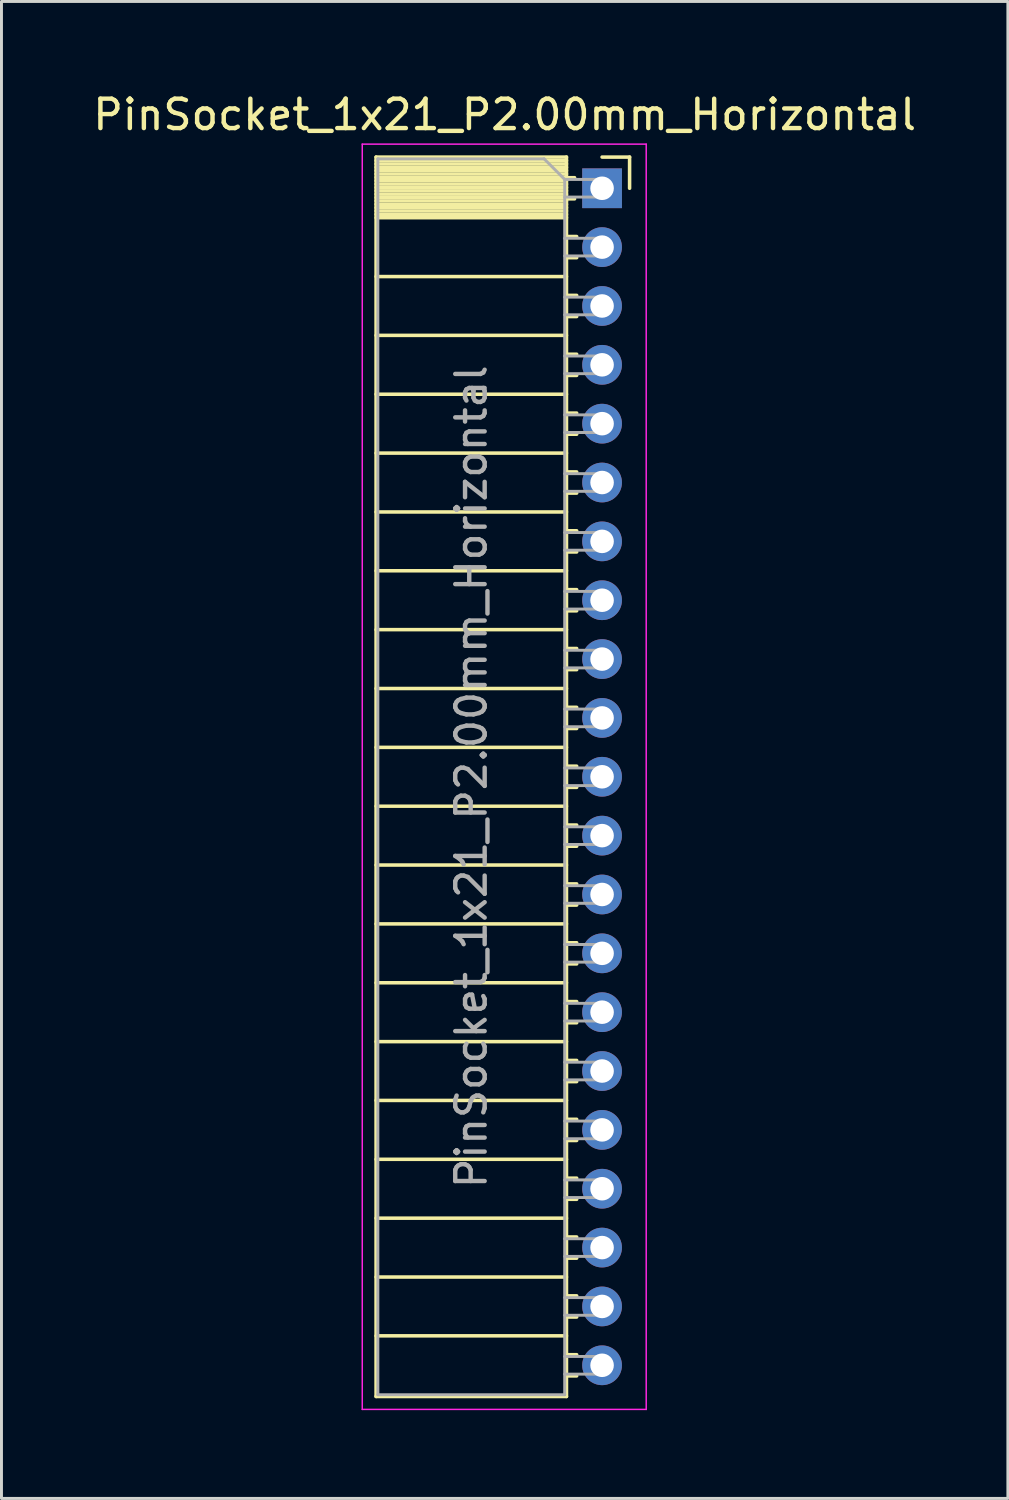
<source format=kicad_pcb>
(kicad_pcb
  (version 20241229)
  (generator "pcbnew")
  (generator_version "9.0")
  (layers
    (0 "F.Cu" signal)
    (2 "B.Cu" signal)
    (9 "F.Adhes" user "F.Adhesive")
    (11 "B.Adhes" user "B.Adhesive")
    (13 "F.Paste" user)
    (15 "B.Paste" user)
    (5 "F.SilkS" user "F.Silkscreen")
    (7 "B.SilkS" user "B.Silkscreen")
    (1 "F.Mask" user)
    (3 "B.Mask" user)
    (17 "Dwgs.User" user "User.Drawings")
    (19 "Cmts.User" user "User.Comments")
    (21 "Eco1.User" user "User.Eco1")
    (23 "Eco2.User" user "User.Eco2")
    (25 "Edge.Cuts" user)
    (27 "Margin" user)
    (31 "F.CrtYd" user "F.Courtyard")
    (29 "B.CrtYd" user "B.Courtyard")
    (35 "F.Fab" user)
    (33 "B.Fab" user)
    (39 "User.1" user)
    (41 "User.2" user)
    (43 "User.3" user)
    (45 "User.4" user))
  (footprint "PinSocket_1x21_P2.00mm_Horizontal"
    (layer "F.Cu")
    (at 17.411 3.348)
    (property "Reference" "PinSocket_1x21_P2.00mm_Horizontal" (at -3.31 -2.5 0) (layer "F.SilkS") (effects (font (size 1 1) (thickness 0.15))))
    (attr through_hole)
    (fp_line (start -7.68 -1.06) (end -7.68 41.06) (stroke (width 0.12) (type solid)) (layer "F.SilkS"))
    (fp_line (start -7.68 -1.06) (end -1.21 -1.06) (stroke (width 0.12) (type solid)) (layer "F.SilkS"))
    (fp_line (start -7.68 -0.94) (end -1.21 -0.94) (stroke (width 0.12) (type solid)) (layer "F.SilkS"))
    (fp_line (start -7.68 -0.826) (end -1.21 -0.826) (stroke (width 0.12) (type solid)) (layer "F.SilkS"))
    (fp_line (start -7.68 -0.712) (end -1.21 -0.712) (stroke (width 0.12) (type solid)) (layer "F.SilkS"))
    (fp_line (start -7.68 -0.598) (end -1.21 -0.598) (stroke (width 0.12) (type solid)) (layer "F.SilkS"))
    (fp_line (start -7.68 -0.484) (end -1.21 -0.484) (stroke (width 0.12) (type solid)) (layer "F.SilkS"))
    (fp_line (start -7.68 -0.369) (end -1.21 -0.369) (stroke (width 0.12) (type solid)) (layer "F.SilkS"))
    (fp_line (start -7.68 -0.255) (end -1.21 -0.255) (stroke (width 0.12) (type solid)) (layer "F.SilkS"))
    (fp_line (start -7.68 -0.141) (end -1.21 -0.141) (stroke (width 0.12) (type solid)) (layer "F.SilkS"))
    (fp_line (start -7.68 -0.027) (end -1.21 -0.027) (stroke (width 0.12) (type solid)) (layer "F.SilkS"))
    (fp_line (start -7.68 0.087) (end -1.21 0.087) (stroke (width 0.12) (type solid)) (layer "F.SilkS"))
    (fp_line (start -7.68 0.201) (end -1.21 0.201) (stroke (width 0.12) (type solid)) (layer "F.SilkS"))
    (fp_line (start -7.68 0.315) (end -1.21 0.315) (stroke (width 0.12) (type solid)) (layer "F.SilkS"))
    (fp_line (start -7.68 0.429) (end -1.21 0.429) (stroke (width 0.12) (type solid)) (layer "F.SilkS"))
    (fp_line (start -7.68 0.544) (end -1.21 0.544) (stroke (width 0.12) (type solid)) (layer "F.SilkS"))
    (fp_line (start -7.68 0.658) (end -1.21 0.658) (stroke (width 0.12) (type solid)) (layer "F.SilkS"))
    (fp_line (start -7.68 0.772) (end -1.21 0.772) (stroke (width 0.12) (type solid)) (layer "F.SilkS"))
    (fp_line (start -7.68 0.886) (end -1.21 0.886) (stroke (width 0.12) (type solid)) (layer "F.SilkS"))
    (fp_line (start -7.68 1) (end -1.21 1) (stroke (width 0.12) (type solid)) (layer "F.SilkS"))
    (fp_line (start -7.68 3) (end -1.21 3) (stroke (width 0.12) (type solid)) (layer "F.SilkS"))
    (fp_line (start -7.68 5) (end -1.21 5) (stroke (width 0.12) (type solid)) (layer "F.SilkS"))
    (fp_line (start -7.68 7) (end -1.21 7) (stroke (width 0.12) (type solid)) (layer "F.SilkS"))
    (fp_line (start -7.68 9) (end -1.21 9) (stroke (width 0.12) (type solid)) (layer "F.SilkS"))
    (fp_line (start -7.68 11) (end -1.21 11) (stroke (width 0.12) (type solid)) (layer "F.SilkS"))
    (fp_line (start -7.68 13) (end -1.21 13) (stroke (width 0.12) (type solid)) (layer "F.SilkS"))
    (fp_line (start -7.68 15) (end -1.21 15) (stroke (width 0.12) (type solid)) (layer "F.SilkS"))
    (fp_line (start -7.68 17) (end -1.21 17) (stroke (width 0.12) (type solid)) (layer "F.SilkS"))
    (fp_line (start -7.68 19) (end -1.21 19) (stroke (width 0.12) (type solid)) (layer "F.SilkS"))
    (fp_line (start -7.68 21) (end -1.21 21) (stroke (width 0.12) (type solid)) (layer "F.SilkS"))
    (fp_line (start -7.68 23) (end -1.21 23) (stroke (width 0.12) (type solid)) (layer "F.SilkS"))
    (fp_line (start -7.68 25) (end -1.21 25) (stroke (width 0.12) (type solid)) (layer "F.SilkS"))
    (fp_line (start -7.68 27) (end -1.21 27) (stroke (width 0.12) (type solid)) (layer "F.SilkS"))
    (fp_line (start -7.68 29) (end -1.21 29) (stroke (width 0.12) (type solid)) (layer "F.SilkS"))
    (fp_line (start -7.68 31) (end -1.21 31) (stroke (width 0.12) (type solid)) (layer "F.SilkS"))
    (fp_line (start -7.68 33) (end -1.21 33) (stroke (width 0.12) (type solid)) (layer "F.SilkS"))
    (fp_line (start -7.68 35) (end -1.21 35) (stroke (width 0.12) (type solid)) (layer "F.SilkS"))
    (fp_line (start -7.68 37) (end -1.21 37) (stroke (width 0.12) (type solid)) (layer "F.SilkS"))
    (fp_line (start -7.68 39) (end -1.21 39) (stroke (width 0.12) (type solid)) (layer "F.SilkS"))
    (fp_line (start -7.68 41.06) (end -1.21 41.06) (stroke (width 0.12) (type solid)) (layer "F.SilkS"))
    (fp_line (start -1.21 -1.06) (end -1.21 41.06) (stroke (width 0.12) (type solid)) (layer "F.SilkS"))
    (fp_line (start -1.21 -0.36) (end -0.935 -0.36) (stroke (width 0.12) (type solid)) (layer "F.SilkS"))
    (fp_line (start -1.21 0.36) (end -0.935 0.36) (stroke (width 0.12) (type solid)) (layer "F.SilkS"))
    (fp_line (start -1.21 1.64) (end -0.863 1.64) (stroke (width 0.12) (type solid)) (layer "F.SilkS"))
    (fp_line (start -1.21 2.36) (end -0.863 2.36) (stroke (width 0.12) (type solid)) (layer "F.SilkS"))
    (fp_line (start -1.21 3.64) (end -0.863 3.64) (stroke (width 0.12) (type solid)) (layer "F.SilkS"))
    (fp_line (start -1.21 4.36) (end -0.863 4.36) (stroke (width 0.12) (type solid)) (layer "F.SilkS"))
    (fp_line (start -1.21 5.64) (end -0.863 5.64) (stroke (width 0.12) (type solid)) (layer "F.SilkS"))
    (fp_line (start -1.21 6.36) (end -0.863 6.36) (stroke (width 0.12) (type solid)) (layer "F.SilkS"))
    (fp_line (start -1.21 7.64) (end -0.863 7.64) (stroke (width 0.12) (type solid)) (layer "F.SilkS"))
    (fp_line (start -1.21 8.36) (end -0.863 8.36) (stroke (width 0.12) (type solid)) (layer "F.SilkS"))
    (fp_line (start -1.21 9.64) (end -0.863 9.64) (stroke (width 0.12) (type solid)) (layer "F.SilkS"))
    (fp_line (start -1.21 10.36) (end -0.863 10.36) (stroke (width 0.12) (type solid)) (layer "F.SilkS"))
    (fp_line (start -1.21 11.64) (end -0.863 11.64) (stroke (width 0.12) (type solid)) (layer "F.SilkS"))
    (fp_line (start -1.21 12.36) (end -0.863 12.36) (stroke (width 0.12) (type solid)) (layer "F.SilkS"))
    (fp_line (start -1.21 13.64) (end -0.863 13.64) (stroke (width 0.12) (type solid)) (layer "F.SilkS"))
    (fp_line (start -1.21 14.36) (end -0.863 14.36) (stroke (width 0.12) (type solid)) (layer "F.SilkS"))
    (fp_line (start -1.21 15.64) (end -0.863 15.64) (stroke (width 0.12) (type solid)) (layer "F.SilkS"))
    (fp_line (start -1.21 16.36) (end -0.863 16.36) (stroke (width 0.12) (type solid)) (layer "F.SilkS"))
    (fp_line (start -1.21 17.64) (end -0.863 17.64) (stroke (width 0.12) (type solid)) (layer "F.SilkS"))
    (fp_line (start -1.21 18.36) (end -0.863 18.36) (stroke (width 0.12) (type solid)) (layer "F.SilkS"))
    (fp_line (start -1.21 19.64) (end -0.863 19.64) (stroke (width 0.12) (type solid)) (layer "F.SilkS"))
    (fp_line (start -1.21 20.36) (end -0.863 20.36) (stroke (width 0.12) (type solid)) (layer "F.SilkS"))
    (fp_line (start -1.21 21.64) (end -0.863 21.64) (stroke (width 0.12) (type solid)) (layer "F.SilkS"))
    (fp_line (start -1.21 22.36) (end -0.863 22.36) (stroke (width 0.12) (type solid)) (layer "F.SilkS"))
    (fp_line (start -1.21 23.64) (end -0.863 23.64) (stroke (width 0.12) (type solid)) (layer "F.SilkS"))
    (fp_line (start -1.21 24.36) (end -0.863 24.36) (stroke (width 0.12) (type solid)) (layer "F.SilkS"))
    (fp_line (start -1.21 25.64) (end -0.863 25.64) (stroke (width 0.12) (type solid)) (layer "F.SilkS"))
    (fp_line (start -1.21 26.36) (end -0.863 26.36) (stroke (width 0.12) (type solid)) (layer "F.SilkS"))
    (fp_line (start -1.21 27.64) (end -0.863 27.64) (stroke (width 0.12) (type solid)) (layer "F.SilkS"))
    (fp_line (start -1.21 28.36) (end -0.863 28.36) (stroke (width 0.12) (type solid)) (layer "F.SilkS"))
    (fp_line (start -1.21 29.64) (end -0.863 29.64) (stroke (width 0.12) (type solid)) (layer "F.SilkS"))
    (fp_line (start -1.21 30.36) (end -0.863 30.36) (stroke (width 0.12) (type solid)) (layer "F.SilkS"))
    (fp_line (start -1.21 31.64) (end -0.863 31.64) (stroke (width 0.12) (type solid)) (layer "F.SilkS"))
    (fp_line (start -1.21 32.36) (end -0.863 32.36) (stroke (width 0.12) (type solid)) (layer "F.SilkS"))
    (fp_line (start -1.21 33.64) (end -0.863 33.64) (stroke (width 0.12) (type solid)) (layer "F.SilkS"))
    (fp_line (start -1.21 34.36) (end -0.863 34.36) (stroke (width 0.12) (type solid)) (layer "F.SilkS"))
    (fp_line (start -1.21 35.64) (end -0.863 35.64) (stroke (width 0.12) (type solid)) (layer "F.SilkS"))
    (fp_line (start -1.21 36.36) (end -0.863 36.36) (stroke (width 0.12) (type solid)) (layer "F.SilkS"))
    (fp_line (start -1.21 37.64) (end -0.863 37.64) (stroke (width 0.12) (type solid)) (layer "F.SilkS"))
    (fp_line (start -1.21 38.36) (end -0.863 38.36) (stroke (width 0.12) (type solid)) (layer "F.SilkS"))
    (fp_line (start -1.21 39.64) (end -0.863 39.64) (stroke (width 0.12) (type solid)) (layer "F.SilkS"))
    (fp_line (start -1.21 40.36) (end -0.863 40.36) (stroke (width 0.12) (type solid)) (layer "F.SilkS"))
    (fp_line (start 0 -1.06) (end 0.935 -1.06) (stroke (width 0.12) (type solid)) (layer "F.SilkS"))
    (fp_line (start 0.935 -1.06) (end 0.935 0) (stroke (width 0.12) (type solid)) (layer "F.SilkS"))
    (fp_line (start -8.15 -1.5) (end -8.15 41.5) (stroke (width 0.05) (type solid)) (layer "F.CrtYd"))
    (fp_line (start -8.15 41.5) (end 1.5 41.5) (stroke (width 0.05) (type solid)) (layer "F.CrtYd"))
    (fp_line (start 1.5 -1.5) (end -8.15 -1.5) (stroke (width 0.05) (type solid)) (layer "F.CrtYd"))
    (fp_line (start 1.5 41.5) (end 1.5 -1.5) (stroke (width 0.05) (type solid)) (layer "F.CrtYd"))
    (fp_line (start -7.62 -1) (end -1.97 -1) (stroke (width 0.1) (type solid)) (layer "F.Fab"))
    (fp_line (start -7.62 41) (end -7.62 -1) (stroke (width 0.1) (type solid)) (layer "F.Fab"))
    (fp_line (start -1.97 -1) (end -1.27 -0.3) (stroke (width 0.1) (type solid)) (layer "F.Fab"))
    (fp_line (start -1.27 -0.3) (end -1.27 41) (stroke (width 0.1) (type solid)) (layer "F.Fab"))
    (fp_line (start -1.27 0.3) (end 0 0.3) (stroke (width 0.1) (type solid)) (layer "F.Fab"))
    (fp_line (start -1.27 2.3) (end 0 2.3) (stroke (width 0.1) (type solid)) (layer "F.Fab"))
    (fp_line (start -1.27 4.3) (end 0 4.3) (stroke (width 0.1) (type solid)) (layer "F.Fab"))
    (fp_line (start -1.27 6.3) (end 0 6.3) (stroke (width 0.1) (type solid)) (layer "F.Fab"))
    (fp_line (start -1.27 8.3) (end 0 8.3) (stroke (width 0.1) (type solid)) (layer "F.Fab"))
    (fp_line (start -1.27 10.3) (end 0 10.3) (stroke (width 0.1) (type solid)) (layer "F.Fab"))
    (fp_line (start -1.27 12.3) (end 0 12.3) (stroke (width 0.1) (type solid)) (layer "F.Fab"))
    (fp_line (start -1.27 14.3) (end 0 14.3) (stroke (width 0.1) (type solid)) (layer "F.Fab"))
    (fp_line (start -1.27 16.3) (end 0 16.3) (stroke (width 0.1) (type solid)) (layer "F.Fab"))
    (fp_line (start -1.27 18.3) (end 0 18.3) (stroke (width 0.1) (type solid)) (layer "F.Fab"))
    (fp_line (start -1.27 20.3) (end 0 20.3) (stroke (width 0.1) (type solid)) (layer "F.Fab"))
    (fp_line (start -1.27 22.3) (end 0 22.3) (stroke (width 0.1) (type solid)) (layer "F.Fab"))
    (fp_line (start -1.27 24.3) (end 0 24.3) (stroke (width 0.1) (type solid)) (layer "F.Fab"))
    (fp_line (start -1.27 26.3) (end 0 26.3) (stroke (width 0.1) (type solid)) (layer "F.Fab"))
    (fp_line (start -1.27 28.3) (end 0 28.3) (stroke (width 0.1) (type solid)) (layer "F.Fab"))
    (fp_line (start -1.27 30.3) (end 0 30.3) (stroke (width 0.1) (type solid)) (layer "F.Fab"))
    (fp_line (start -1.27 32.3) (end 0 32.3) (stroke (width 0.1) (type solid)) (layer "F.Fab"))
    (fp_line (start -1.27 34.3) (end 0 34.3) (stroke (width 0.1) (type solid)) (layer "F.Fab"))
    (fp_line (start -1.27 36.3) (end 0 36.3) (stroke (width 0.1) (type solid)) (layer "F.Fab"))
    (fp_line (start -1.27 38.3) (end 0 38.3) (stroke (width 0.1) (type solid)) (layer "F.Fab"))
    (fp_line (start -1.27 40.3) (end 0 40.3) (stroke (width 0.1) (type solid)) (layer "F.Fab"))
    (fp_line (start -1.27 41) (end -7.62 41) (stroke (width 0.1) (type solid)) (layer "F.Fab"))
    (fp_line (start 0 -0.3) (end -1.27 -0.3) (stroke (width 0.1) (type solid)) (layer "F.Fab"))
    (fp_line (start 0 0.3) (end 0 -0.3) (stroke (width 0.1) (type solid)) (layer "F.Fab"))
    (fp_line (start 0 1.7) (end -1.27 1.7) (stroke (width 0.1) (type solid)) (layer "F.Fab"))
    (fp_line (start 0 2.3) (end 0 1.7) (stroke (width 0.1) (type solid)) (layer "F.Fab"))
    (fp_line (start 0 3.7) (end -1.27 3.7) (stroke (width 0.1) (type solid)) (layer "F.Fab"))
    (fp_line (start 0 4.3) (end 0 3.7) (stroke (width 0.1) (type solid)) (layer "F.Fab"))
    (fp_line (start 0 5.7) (end -1.27 5.7) (stroke (width 0.1) (type solid)) (layer "F.Fab"))
    (fp_line (start 0 6.3) (end 0 5.7) (stroke (width 0.1) (type solid)) (layer "F.Fab"))
    (fp_line (start 0 7.7) (end -1.27 7.7) (stroke (width 0.1) (type solid)) (layer "F.Fab"))
    (fp_line (start 0 8.3) (end 0 7.7) (stroke (width 0.1) (type solid)) (layer "F.Fab"))
    (fp_line (start 0 9.7) (end -1.27 9.7) (stroke (width 0.1) (type solid)) (layer "F.Fab"))
    (fp_line (start 0 10.3) (end 0 9.7) (stroke (width 0.1) (type solid)) (layer "F.Fab"))
    (fp_line (start 0 11.7) (end -1.27 11.7) (stroke (width 0.1) (type solid)) (layer "F.Fab"))
    (fp_line (start 0 12.3) (end 0 11.7) (stroke (width 0.1) (type solid)) (layer "F.Fab"))
    (fp_line (start 0 13.7) (end -1.27 13.7) (stroke (width 0.1) (type solid)) (layer "F.Fab"))
    (fp_line (start 0 14.3) (end 0 13.7) (stroke (width 0.1) (type solid)) (layer "F.Fab"))
    (fp_line (start 0 15.7) (end -1.27 15.7) (stroke (width 0.1) (type solid)) (layer "F.Fab"))
    (fp_line (start 0 16.3) (end 0 15.7) (stroke (width 0.1) (type solid)) (layer "F.Fab"))
    (fp_line (start 0 17.7) (end -1.27 17.7) (stroke (width 0.1) (type solid)) (layer "F.Fab"))
    (fp_line (start 0 18.3) (end 0 17.7) (stroke (width 0.1) (type solid)) (layer "F.Fab"))
    (fp_line (start 0 19.7) (end -1.27 19.7) (stroke (width 0.1) (type solid)) (layer "F.Fab"))
    (fp_line (start 0 20.3) (end 0 19.7) (stroke (width 0.1) (type solid)) (layer "F.Fab"))
    (fp_line (start 0 21.7) (end -1.27 21.7) (stroke (width 0.1) (type solid)) (layer "F.Fab"))
    (fp_line (start 0 22.3) (end 0 21.7) (stroke (width 0.1) (type solid)) (layer "F.Fab"))
    (fp_line (start 0 23.7) (end -1.27 23.7) (stroke (width 0.1) (type solid)) (layer "F.Fab"))
    (fp_line (start 0 24.3) (end 0 23.7) (stroke (width 0.1) (type solid)) (layer "F.Fab"))
    (fp_line (start 0 25.7) (end -1.27 25.7) (stroke (width 0.1) (type solid)) (layer "F.Fab"))
    (fp_line (start 0 26.3) (end 0 25.7) (stroke (width 0.1) (type solid)) (layer "F.Fab"))
    (fp_line (start 0 27.7) (end -1.27 27.7) (stroke (width 0.1) (type solid)) (layer "F.Fab"))
    (fp_line (start 0 28.3) (end 0 27.7) (stroke (width 0.1) (type solid)) (layer "F.Fab"))
    (fp_line (start 0 29.7) (end -1.27 29.7) (stroke (width 0.1) (type solid)) (layer "F.Fab"))
    (fp_line (start 0 30.3) (end 0 29.7) (stroke (width 0.1) (type solid)) (layer "F.Fab"))
    (fp_line (start 0 31.7) (end -1.27 31.7) (stroke (width 0.1) (type solid)) (layer "F.Fab"))
    (fp_line (start 0 32.3) (end 0 31.7) (stroke (width 0.1) (type solid)) (layer "F.Fab"))
    (fp_line (start 0 33.7) (end -1.27 33.7) (stroke (width 0.1) (type solid)) (layer "F.Fab"))
    (fp_line (start 0 34.3) (end 0 33.7) (stroke (width 0.1) (type solid)) (layer "F.Fab"))
    (fp_line (start 0 35.7) (end -1.27 35.7) (stroke (width 0.1) (type solid)) (layer "F.Fab"))
    (fp_line (start 0 36.3) (end 0 35.7) (stroke (width 0.1) (type solid)) (layer "F.Fab"))
    (fp_line (start 0 37.7) (end -1.27 37.7) (stroke (width 0.1) (type solid)) (layer "F.Fab"))
    (fp_line (start 0 38.3) (end 0 37.7) (stroke (width 0.1) (type solid)) (layer "F.Fab"))
    (fp_line (start 0 39.7) (end -1.27 39.7) (stroke (width 0.1) (type solid)) (layer "F.Fab"))
    (fp_line (start 0 40.3) (end 0 39.7) (stroke (width 0.1) (type solid)) (layer "F.Fab"))
    (fp_text user "${REFERENCE}" (at -4.445 20 90) (layer "F.Fab") (effects (font (size 1 1) (thickness 0.15))))
    (pad "1" thru_hole rect (at 0 0) (size 1.35 1.35) (drill 0.8) (layers "*.Cu" "*.Mask"))
    (pad "2" thru_hole circle (at 0 2) (size 1.35 1.35) (drill 0.8) (layers "*.Cu" "*.Mask"))
    (pad "3" thru_hole circle (at 0 4) (size 1.35 1.35) (drill 0.8) (layers "*.Cu" "*.Mask"))
    (pad "4" thru_hole circle (at 0 6) (size 1.35 1.35) (drill 0.8) (layers "*.Cu" "*.Mask"))
    (pad "5" thru_hole circle (at 0 8) (size 1.35 1.35) (drill 0.8) (layers "*.Cu" "*.Mask"))
    (pad "6" thru_hole circle (at 0 10) (size 1.35 1.35) (drill 0.8) (layers "*.Cu" "*.Mask"))
    (pad "7" thru_hole circle (at 0 12) (size 1.35 1.35) (drill 0.8) (layers "*.Cu" "*.Mask"))
    (pad "8" thru_hole circle (at 0 14) (size 1.35 1.35) (drill 0.8) (layers "*.Cu" "*.Mask"))
    (pad "9" thru_hole circle (at 0 16) (size 1.35 1.35) (drill 0.8) (layers "*.Cu" "*.Mask"))
    (pad "10" thru_hole circle (at 0 18) (size 1.35 1.35) (drill 0.8) (layers "*.Cu" "*.Mask"))
    (pad "11" thru_hole circle (at 0 20) (size 1.35 1.35) (drill 0.8) (layers "*.Cu" "*.Mask"))
    (pad "12" thru_hole circle (at 0 22) (size 1.35 1.35) (drill 0.8) (layers "*.Cu" "*.Mask"))
    (pad "13" thru_hole circle (at 0 24) (size 1.35 1.35) (drill 0.8) (layers "*.Cu" "*.Mask"))
    (pad "14" thru_hole circle (at 0 26) (size 1.35 1.35) (drill 0.8) (layers "*.Cu" "*.Mask"))
    (pad "15" thru_hole circle (at 0 28) (size 1.35 1.35) (drill 0.8) (layers "*.Cu" "*.Mask"))
    (pad "16" thru_hole circle (at 0 30) (size 1.35 1.35) (drill 0.8) (layers "*.Cu" "*.Mask"))
    (pad "17" thru_hole circle (at 0 32) (size 1.35 1.35) (drill 0.8) (layers "*.Cu" "*.Mask"))
    (pad "18" thru_hole circle (at 0 34) (size 1.35 1.35) (drill 0.8) (layers "*.Cu" "*.Mask"))
    (pad "19" thru_hole circle (at 0 36) (size 1.35 1.35) (drill 0.8) (layers "*.Cu" "*.Mask"))
    (pad "20" thru_hole circle (at 0 38) (size 1.35 1.35) (drill 0.8) (layers "*.Cu" "*.Mask"))
    (pad "21" thru_hole circle (at 0 40) (size 1.35 1.35) (drill 0.8) (layers "*.Cu" "*.Mask")))
  (gr_rect
    (start -3 -3)
    (end 31.202 47.873)
    (stroke (width 0.1) (type default))
    (fill no)
    (layer "Edge.Cuts")))
</source>
